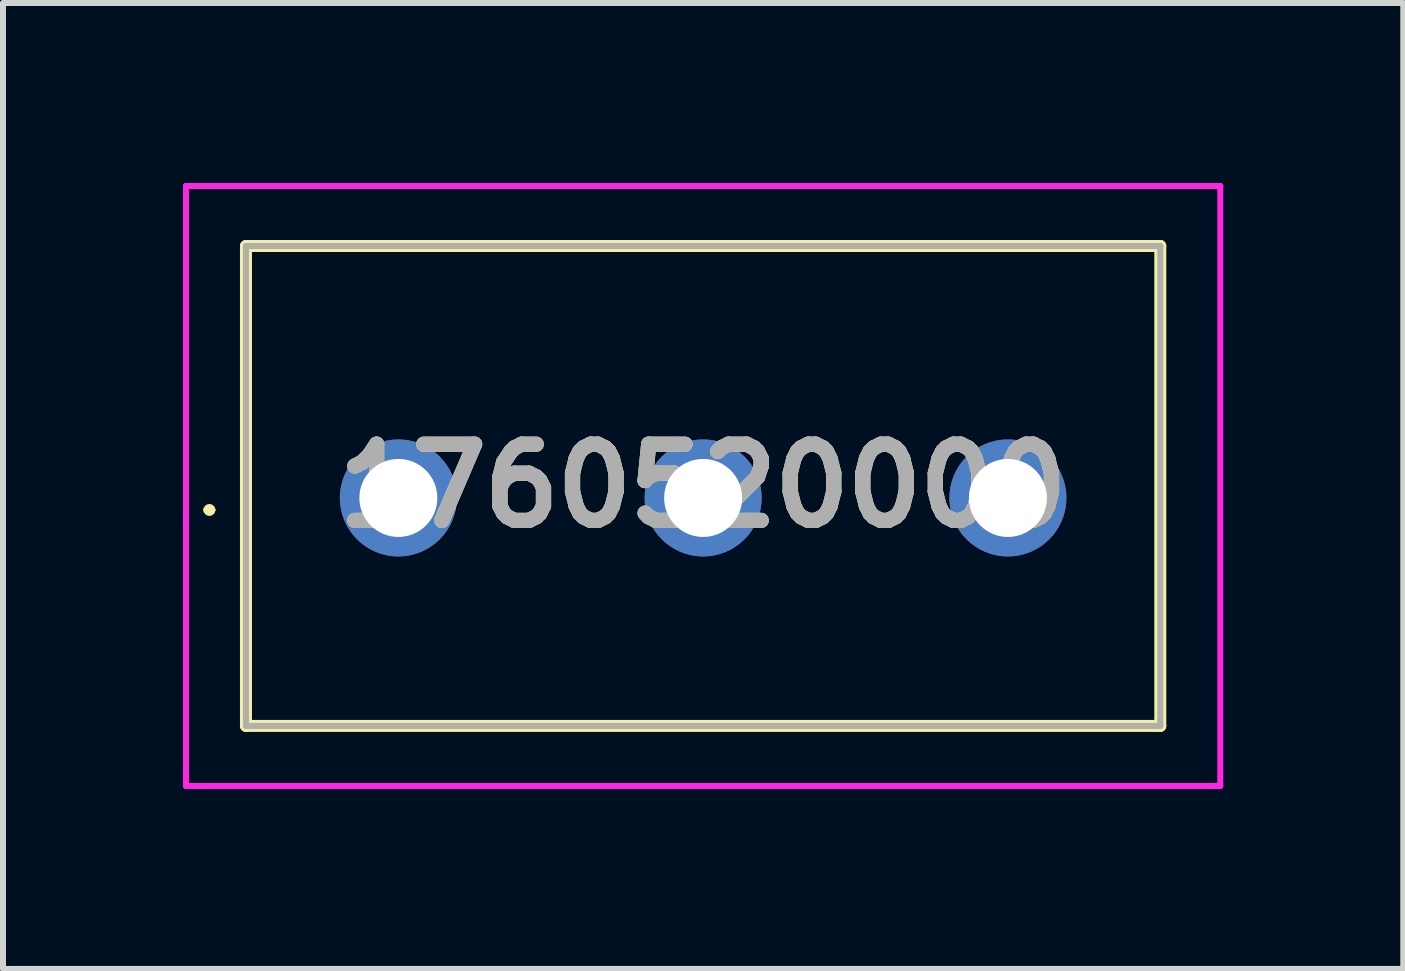
<source format=kicad_pcb>
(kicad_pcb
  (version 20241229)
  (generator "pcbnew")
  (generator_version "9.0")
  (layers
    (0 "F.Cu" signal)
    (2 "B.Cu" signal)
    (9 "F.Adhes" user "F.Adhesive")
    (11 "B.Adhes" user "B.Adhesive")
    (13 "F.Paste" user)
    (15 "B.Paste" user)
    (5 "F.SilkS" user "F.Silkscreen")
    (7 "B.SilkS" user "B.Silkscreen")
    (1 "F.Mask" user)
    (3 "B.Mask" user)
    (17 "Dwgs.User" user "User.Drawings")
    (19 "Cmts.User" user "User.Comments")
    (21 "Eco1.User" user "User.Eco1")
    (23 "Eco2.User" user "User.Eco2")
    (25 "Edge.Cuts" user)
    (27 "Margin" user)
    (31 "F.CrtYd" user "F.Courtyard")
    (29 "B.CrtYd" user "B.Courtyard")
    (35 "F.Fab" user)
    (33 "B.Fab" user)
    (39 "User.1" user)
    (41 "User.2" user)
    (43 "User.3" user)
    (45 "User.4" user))
  (footprint "1760520000"
    (layer "F.Cu")
    (at 3.59 5.25)
    (property "Reference" "1760520000" (at 5.08 -0.2 0) (layer "F.SilkS") (effects (font (size 1.27 1.27) (thickness 0.254))))
    (attr through_hole)
    (fp_line (start -3.2 0.2) (end -3.2 0.2) (stroke (width 0.1) (type solid)) (layer "F.SilkS"))
    (fp_line (start -3.1 0.2) (end -3.1 0.2) (stroke (width 0.1) (type solid)) (layer "F.SilkS"))
    (fp_line (start -2.54 -4.2) (end 12.7 -4.2) (stroke (width 0.2) (type solid)) (layer "F.SilkS"))
    (fp_line (start -2.54 3.8) (end -2.54 -4.2) (stroke (width 0.2) (type solid)) (layer "F.SilkS"))
    (fp_line (start 12.7 -4.2) (end 12.7 3.8) (stroke (width 0.2) (type solid)) (layer "F.SilkS"))
    (fp_line (start 12.7 3.8) (end -2.54 3.8) (stroke (width 0.2) (type solid)) (layer "F.SilkS"))
    (fp_arc (start -3.2 0.2) (mid -3.15 0.15) (end -3.1 0.2) (stroke (width 0.1) (type solid)) (layer "F.SilkS"))
    (fp_arc (start -3.1 0.2) (mid -3.15 0.25) (end -3.2 0.2) (stroke (width 0.1) (type solid)) (layer "F.SilkS"))
    (fp_line (start -3.54 -5.2) (end 13.7 -5.2) (stroke (width 0.1) (type solid)) (layer "F.CrtYd"))
    (fp_line (start -3.54 4.8) (end -3.54 -5.2) (stroke (width 0.1) (type solid)) (layer "F.CrtYd"))
    (fp_line (start 13.7 -5.2) (end 13.7 4.8) (stroke (width 0.1) (type solid)) (layer "F.CrtYd"))
    (fp_line (start 13.7 4.8) (end -3.54 4.8) (stroke (width 0.1) (type solid)) (layer "F.CrtYd"))
    (fp_line (start -2.54 -4.2) (end 12.7 -4.2) (stroke (width 0.1) (type solid)) (layer "F.Fab"))
    (fp_line (start -2.54 3.8) (end -2.54 -4.2) (stroke (width 0.1) (type solid)) (layer "F.Fab"))
    (fp_line (start 12.7 -4.2) (end 12.7 3.8) (stroke (width 0.1) (type solid)) (layer "F.Fab"))
    (fp_line (start 12.7 3.8) (end -2.54 3.8) (stroke (width 0.1) (type solid)) (layer "F.Fab"))
    (fp_text user "${REFERENCE}" (at 5.08 -0.2 0) (layer "F.Fab") (effects (font (size 1.27 1.27) (thickness 0.254))))
    (pad "1" thru_hole circle (at 0 0) (size 1.95 1.95) (drill 1.3) (layers "*.Cu" "*.Mask"))
    (pad "2" thru_hole circle (at 5.08 0) (size 1.95 1.95) (drill 1.3) (layers "*.Cu" "*.Mask"))
    (pad "3" thru_hole circle (at 10.16 0) (size 1.95 1.95) (drill 1.3) (layers "*.Cu" "*.Mask")))
  (gr_rect
    (start -3 -3)
    (end 20.34 13.1)
    (stroke (width 0.1) (type default))
    (fill no)
    (layer "Edge.Cuts")))
</source>
